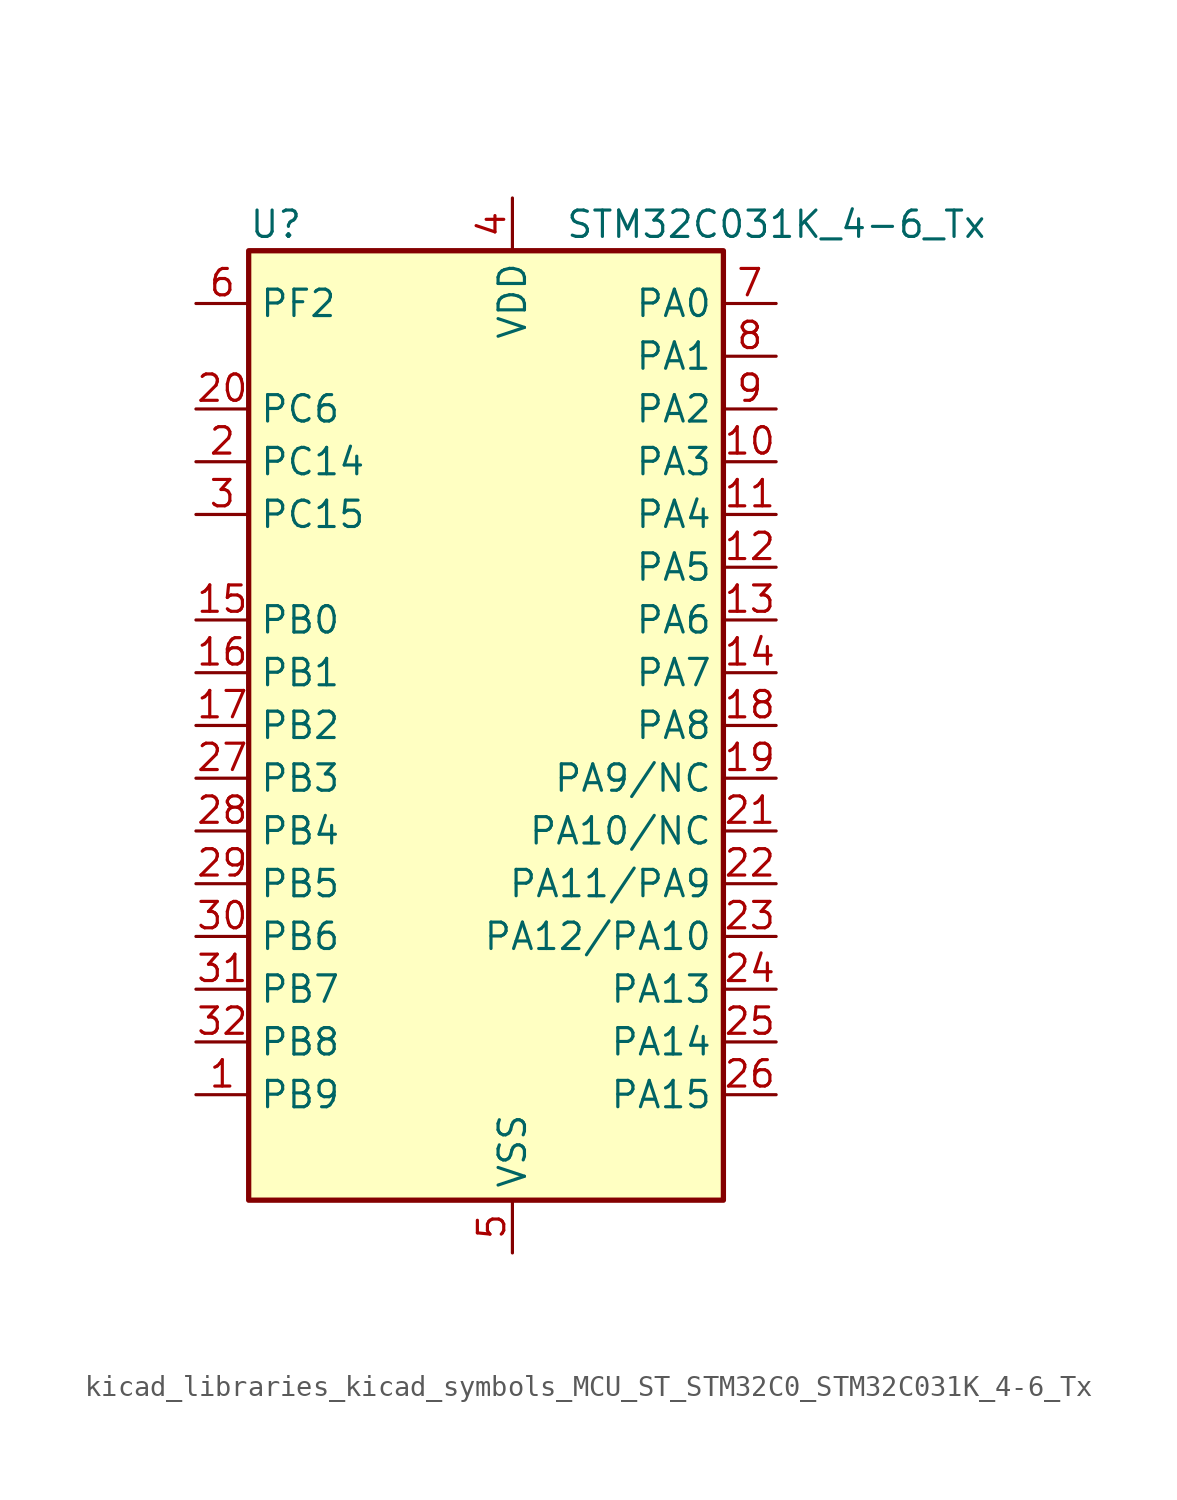
<source format=kicad_sym>
(kicad_symbol_lib
  (version 20220914)
  (generator kicad_symbol_editor)
  (symbol "kicad_libraries_kicad_symbols_MCU_ST_STM32C0_STM32C031K_4-6_Tx"
    (property "Reference" "U"
      (at -10.16 24.13 0)
      (effects (font (size 1.27 1.27)) (justify left)))
    (property "Value" "STM32C031K_4-6_Tx"
      (at 5.08 24.13 0)
      (effects (font (size 1.27 1.27)) (justify left)))
    (property "ki_locked" ""
      (at 0 0 0)
      (effects (font (size 1.27 1.27))))
    (symbol "kicad_libraries_kicad_symbols_MCU_ST_STM32C0_STM32C031K_4-6_Tx_0_1"
      (rectangle (start -10.16 -22.86) (end 12.7 22.86) (stroke (width 0.254) (type default)) (fill (type background))))
    (symbol "kicad_libraries_kicad_symbols_MCU_ST_STM32C0_STM32C031K_4-6_Tx_1_1"
      (pin bidirectional line (at -12.7 -17.78 0) (length 2.54) (name "PB9" (effects (font (size 1.27 1.27)))) (number "1" (effects (font (size 1.27 1.27)))) (alternate "I2C1_SDA" bidirectional line) (alternate "IR_OUT" bidirectional line) (alternate "TIM17_CH1" bidirectional line) (alternate "TIM3_CH2" bidirectional line) (alternate "USART2_CK" bidirectional line) (alternate "USART2_DE" bidirectional line) (alternate "USART2_RTS" bidirectional line))
      (pin bidirectional line (at 15.24 12.7 180) (length 2.54) (name "PA3" (effects (font (size 1.27 1.27)))) (number "10" (effects (font (size 1.27 1.27)))) (alternate "ADC1_IN3" bidirectional line) (alternate "TIM1_CH1N" bidirectional line) (alternate "TIM1_CH4" bidirectional line) (alternate "USART2_RX" bidirectional line))
      (pin bidirectional line (at 15.24 10.16 180) (length 2.54) (name "PA4" (effects (font (size 1.27 1.27)))) (number "11" (effects (font (size 1.27 1.27)))) (alternate "ADC1_IN4" bidirectional line) (alternate "I2S1_WS" bidirectional line) (alternate "PWR_WKUP2" bidirectional line) (alternate "RTC_OUT1" bidirectional line) (alternate "RTC_TS" bidirectional line) (alternate "SPI1_NSS" bidirectional line) (alternate "TIM14_CH1" bidirectional line) (alternate "TIM17_CH1N" bidirectional line) (alternate "TIM1_CH2N" bidirectional line) (alternate "USART2_TX" bidirectional line))
      (pin bidirectional line (at 15.24 7.62 180) (length 2.54) (name "PA5" (effects (font (size 1.27 1.27)))) (number "12" (effects (font (size 1.27 1.27)))) (alternate "ADC1_IN5" bidirectional line) (alternate "I2S1_CK" bidirectional line) (alternate "SPI1_SCK" bidirectional line) (alternate "TIM1_CH1" bidirectional line) (alternate "TIM1_CH3N" bidirectional line) (alternate "USART2_RX" bidirectional line))
      (pin bidirectional line (at 15.24 5.08 180) (length 2.54) (name "PA6" (effects (font (size 1.27 1.27)))) (number "13" (effects (font (size 1.27 1.27)))) (alternate "ADC1_IN6" bidirectional line) (alternate "I2S1_MCK" bidirectional line) (alternate "SPI1_MISO" bidirectional line) (alternate "TIM16_CH1" bidirectional line) (alternate "TIM1_BKIN" bidirectional line) (alternate "TIM3_CH1" bidirectional line))
      (pin bidirectional line (at 15.24 2.54 180) (length 2.54) (name "PA7" (effects (font (size 1.27 1.27)))) (number "14" (effects (font (size 1.27 1.27)))) (alternate "ADC1_IN7" bidirectional line) (alternate "I2S1_SD" bidirectional line) (alternate "SPI1_MOSI" bidirectional line) (alternate "TIM14_CH1" bidirectional line) (alternate "TIM17_CH1" bidirectional line) (alternate "TIM1_CH1N" bidirectional line) (alternate "TIM3_CH2" bidirectional line))
      (pin bidirectional line (at -12.7 5.08 0) (length 2.54) (name "PB0" (effects (font (size 1.27 1.27)))) (number "15" (effects (font (size 1.27 1.27)))) (alternate "ADC1_IN17" bidirectional line) (alternate "I2S1_WS" bidirectional line) (alternate "SPI1_NSS" bidirectional line) (alternate "TIM1_CH2N" bidirectional line) (alternate "TIM3_CH3" bidirectional line))
      (pin bidirectional line (at -12.7 2.54 0) (length 2.54) (name "PB1" (effects (font (size 1.27 1.27)))) (number "16" (effects (font (size 1.27 1.27)))) (alternate "ADC1_IN18" bidirectional line) (alternate "TIM14_CH1" bidirectional line) (alternate "TIM1_CH2N" bidirectional line) (alternate "TIM1_CH3N" bidirectional line) (alternate "TIM3_CH4" bidirectional line))
      (pin bidirectional line (at -12.7 0 0) (length 2.54) (name "PB2" (effects (font (size 1.27 1.27)))) (number "17" (effects (font (size 1.27 1.27)))) (alternate "ADC1_IN19" bidirectional line) (alternate "RCC_MCO_2" bidirectional line) (alternate "USART1_RX" bidirectional line))
      (pin bidirectional line (at 15.24 0 180) (length 2.54) (name "PA8" (effects (font (size 1.27 1.27)))) (number "18" (effects (font (size 1.27 1.27)))) (alternate "ADC1_IN8" bidirectional line) (alternate "I2S1_WS" bidirectional line) (alternate "RCC_MCO" bidirectional line) (alternate "RCC_MCO_2" bidirectional line) (alternate "SPI1_NSS" bidirectional line) (alternate "TIM14_CH1" bidirectional line) (alternate "TIM1_CH1" bidirectional line) (alternate "TIM1_CH2N" bidirectional line) (alternate "TIM1_CH3N" bidirectional line) (alternate "TIM3_CH3" bidirectional line) (alternate "TIM3_CH4" bidirectional line) (alternate "USART1_RX" bidirectional line) (alternate "USART2_TX" bidirectional line))
      (pin bidirectional line (at 15.24 -2.54 180) (length 2.54) (name "PA9/NC" (effects (font (size 1.27 1.27)))) (number "19" (effects (font (size 1.27 1.27)))) (alternate "I2C1_SCL" bidirectional line) (alternate "RCC_MCO" bidirectional line) (alternate "TIM1_CH2" bidirectional line) (alternate "TIM3_ETR" bidirectional line) (alternate "USART1_TX" bidirectional line))
      (pin bidirectional line (at -12.7 12.7 0) (length 2.54) (name "PC14" (effects (font (size 1.27 1.27)))) (number "2" (effects (font (size 1.27 1.27)))) (alternate "I2C1_SDA" bidirectional line) (alternate "IR_OUT" bidirectional line) (alternate "RCC_OSCX_IN" bidirectional line) (alternate "TIM17_CH1" bidirectional line) (alternate "TIM1_BKIN2" bidirectional line) (alternate "TIM1_ETR" bidirectional line) (alternate "TIM3_CH2" bidirectional line) (alternate "USART1_TX" bidirectional line) (alternate "USART2_CK" bidirectional line) (alternate "USART2_DE" bidirectional line) (alternate "USART2_RTS" bidirectional line))
      (pin bidirectional line (at -12.7 15.24 0) (length 2.54) (name "PC6" (effects (font (size 1.27 1.27)))) (number "20" (effects (font (size 1.27 1.27)))) (alternate "TIM3_CH1" bidirectional line))
      (pin bidirectional line (at 15.24 -5.08 180) (length 2.54) (name "PA10/NC" (effects (font (size 1.27 1.27)))) (number "21" (effects (font (size 1.27 1.27)))) (alternate "I2C1_SDA" bidirectional line) (alternate "RCC_MCO_2" bidirectional line) (alternate "TIM17_BKIN" bidirectional line) (alternate "TIM1_CH3" bidirectional line) (alternate "USART1_RX" bidirectional line))
      (pin bidirectional line (at 15.24 -7.62 180) (length 2.54) (name "PA11/PA9" (effects (font (size 1.27 1.27)))) (number "22" (effects (font (size 1.27 1.27)))) (alternate "ADC1_EXTI11" bidirectional line) (alternate "ADC1_IN11" bidirectional line) (alternate "I2S1_MCK" bidirectional line) (alternate "SPI1_MISO" bidirectional line) (alternate "TIM1_BKIN2" bidirectional line) (alternate "TIM1_CH4" bidirectional line) (alternate "USART1_CTS" bidirectional line) (alternate "USART1_NSS" bidirectional line))
      (pin bidirectional line (at 15.24 -10.16 180) (length 2.54) (name "PA12/PA10" (effects (font (size 1.27 1.27)))) (number "23" (effects (font (size 1.27 1.27)))) (alternate "ADC1_IN12" bidirectional line) (alternate "I2S1_SD" bidirectional line) (alternate "I2S_CKIN" bidirectional line) (alternate "SPI1_MOSI" bidirectional line) (alternate "TIM1_ETR" bidirectional line) (alternate "USART1_CK" bidirectional line) (alternate "USART1_DE" bidirectional line) (alternate "USART1_RTS" bidirectional line))
      (pin bidirectional line (at 15.24 -12.7 180) (length 2.54) (name "PA13" (effects (font (size 1.27 1.27)))) (number "24" (effects (font (size 1.27 1.27)))) (alternate "ADC1_IN13" bidirectional line) (alternate "DEBUG_SWDIO" bidirectional line) (alternate "IR_OUT" bidirectional line) (alternate "TIM3_ETR" bidirectional line) (alternate "USART2_RX" bidirectional line))
      (pin bidirectional line (at 15.24 -15.24 180) (length 2.54) (name "PA14" (effects (font (size 1.27 1.27)))) (number "25" (effects (font (size 1.27 1.27)))) (alternate "ADC1_IN14" bidirectional line) (alternate "DEBUG_SWCLK" bidirectional line) (alternate "I2S1_WS" bidirectional line) (alternate "RCC_MCO_2" bidirectional line) (alternate "SPI1_NSS" bidirectional line) (alternate "TIM1_CH1" bidirectional line) (alternate "USART1_CK" bidirectional line) (alternate "USART1_DE" bidirectional line) (alternate "USART1_RTS" bidirectional line) (alternate "USART2_RX" bidirectional line) (alternate "USART2_TX" bidirectional line))
      (pin bidirectional line (at 15.24 -17.78 180) (length 2.54) (name "PA15" (effects (font (size 1.27 1.27)))) (number "26" (effects (font (size 1.27 1.27)))) (alternate "I2S1_WS" bidirectional line) (alternate "RCC_MCO_2" bidirectional line) (alternate "SPI1_NSS" bidirectional line) (alternate "TIM1_CH1" bidirectional line) (alternate "USART1_CK" bidirectional line) (alternate "USART1_DE" bidirectional line) (alternate "USART1_RTS" bidirectional line) (alternate "USART2_RX" bidirectional line))
      (pin bidirectional line (at -12.7 -2.54 0) (length 2.54) (name "PB3" (effects (font (size 1.27 1.27)))) (number "27" (effects (font (size 1.27 1.27)))) (alternate "I2S1_CK" bidirectional line) (alternate "SPI1_SCK" bidirectional line) (alternate "TIM1_CH2" bidirectional line) (alternate "TIM3_CH2" bidirectional line) (alternate "USART1_CK" bidirectional line) (alternate "USART1_DE" bidirectional line) (alternate "USART1_RTS" bidirectional line))
      (pin bidirectional line (at -12.7 -5.08 0) (length 2.54) (name "PB4" (effects (font (size 1.27 1.27)))) (number "28" (effects (font (size 1.27 1.27)))) (alternate "I2S1_MCK" bidirectional line) (alternate "SPI1_MISO" bidirectional line) (alternate "TIM17_BKIN" bidirectional line) (alternate "TIM3_CH1" bidirectional line) (alternate "USART1_CTS" bidirectional line) (alternate "USART1_NSS" bidirectional line))
      (pin bidirectional line (at -12.7 -7.62 0) (length 2.54) (name "PB5" (effects (font (size 1.27 1.27)))) (number "29" (effects (font (size 1.27 1.27)))) (alternate "I2C1_SMBA" bidirectional line) (alternate "I2S1_SD" bidirectional line) (alternate "PWR_WKUP6" bidirectional line) (alternate "SPI1_MOSI" bidirectional line) (alternate "TIM16_BKIN" bidirectional line) (alternate "TIM3_CH2" bidirectional line) (alternate "TIM3_CH3" bidirectional line))
      (pin bidirectional line (at -12.7 10.16 0) (length 2.54) (name "PC15" (effects (font (size 1.27 1.27)))) (number "3" (effects (font (size 1.27 1.27)))) (alternate "RCC_OSC32_EN" bidirectional line) (alternate "RCC_OSCX_OUT" bidirectional line) (alternate "RCC_OSC_EN" bidirectional line) (alternate "TIM1_ETR" bidirectional line) (alternate "TIM3_CH3" bidirectional line))
      (pin bidirectional line (at -12.7 -10.16 0) (length 2.54) (name "PB6" (effects (font (size 1.27 1.27)))) (number "30" (effects (font (size 1.27 1.27)))) (alternate "I2C1_SCL" bidirectional line) (alternate "I2C1_SMBA" bidirectional line) (alternate "I2S1_CK" bidirectional line) (alternate "I2S1_MCK" bidirectional line) (alternate "I2S1_SD" bidirectional line) (alternate "PWR_WKUP3" bidirectional line) (alternate "SPI1_MISO" bidirectional line) (alternate "SPI1_MOSI" bidirectional line) (alternate "SPI1_SCK" bidirectional line) (alternate "TIM16_BKIN" bidirectional line) (alternate "TIM16_CH1N" bidirectional line) (alternate "TIM17_BKIN" bidirectional line) (alternate "TIM1_CH2" bidirectional line) (alternate "TIM1_CH3" bidirectional line) (alternate "TIM3_CH1" bidirectional line) (alternate "TIM3_CH2" bidirectional line) (alternate "TIM3_CH3" bidirectional line) (alternate "USART1_CK" bidirectional line) (alternate "USART1_CTS" bidirectional line) (alternate "USART1_DE" bidirectional line) (alternate "USART1_NSS" bidirectional line) (alternate "USART1_RTS" bidirectional line) (alternate "USART1_TX" bidirectional line))
      (pin bidirectional line (at -12.7 -12.7 0) (length 2.54) (name "PB7" (effects (font (size 1.27 1.27)))) (number "31" (effects (font (size 1.27 1.27)))) (alternate "I2C1_SCL" bidirectional line) (alternate "I2C1_SDA" bidirectional line) (alternate "RTC_REFIN" bidirectional line) (alternate "TIM16_CH1" bidirectional line) (alternate "TIM17_CH1N" bidirectional line) (alternate "TIM1_CH4" bidirectional line) (alternate "TIM3_CH1" bidirectional line) (alternate "TIM3_CH4" bidirectional line) (alternate "USART1_RX" bidirectional line) (alternate "USART2_CTS" bidirectional line) (alternate "USART2_NSS" bidirectional line))
      (pin bidirectional line (at -12.7 -15.24 0) (length 2.54) (name "PB8" (effects (font (size 1.27 1.27)))) (number "32" (effects (font (size 1.27 1.27)))) (alternate "I2C1_SCL" bidirectional line) (alternate "TIM16_CH1" bidirectional line) (alternate "TIM3_CH1" bidirectional line) (alternate "USART2_CTS" bidirectional line) (alternate "USART2_NSS" bidirectional line))
      (pin power_in line (at 2.54 25.4 270) (length 2.54) (name "VDD" (effects (font (size 1.27 1.27)))) (number "4" (effects (font (size 1.27 1.27)))))
      (pin power_in line (at 2.54 -25.4 90) (length 2.54) (name "VSS" (effects (font (size 1.27 1.27)))) (number "5" (effects (font (size 1.27 1.27)))))
      (pin bidirectional line (at -12.7 20.32 0) (length 2.54) (name "PF2" (effects (font (size 1.27 1.27)))) (number "6" (effects (font (size 1.27 1.27)))) (alternate "RCC_MCO" bidirectional line) (alternate "TIM1_CH4" bidirectional line))
      (pin bidirectional line (at 15.24 20.32 180) (length 2.54) (name "PA0" (effects (font (size 1.27 1.27)))) (number "7" (effects (font (size 1.27 1.27)))) (alternate "ADC1_IN0" bidirectional line) (alternate "PWR_WKUP1" bidirectional line) (alternate "TIM16_CH1" bidirectional line) (alternate "TIM1_CH1" bidirectional line) (alternate "USART1_TX" bidirectional line) (alternate "USART2_CTS" bidirectional line) (alternate "USART2_NSS" bidirectional line))
      (pin bidirectional line (at 15.24 17.78 180) (length 2.54) (name "PA1" (effects (font (size 1.27 1.27)))) (number "8" (effects (font (size 1.27 1.27)))) (alternate "ADC1_IN1" bidirectional line) (alternate "I2C1_SMBA" bidirectional line) (alternate "I2S1_CK" bidirectional line) (alternate "SPI1_SCK" bidirectional line) (alternate "TIM17_CH1" bidirectional line) (alternate "TIM1_CH2" bidirectional line) (alternate "USART1_RX" bidirectional line) (alternate "USART2_CK" bidirectional line) (alternate "USART2_DE" bidirectional line) (alternate "USART2_RTS" bidirectional line))
      (pin bidirectional line (at 15.24 15.24 180) (length 2.54) (name "PA2" (effects (font (size 1.27 1.27)))) (number "9" (effects (font (size 1.27 1.27)))) (alternate "ADC1_IN2" bidirectional line) (alternate "I2S1_SD" bidirectional line) (alternate "PWR_WKUP4" bidirectional line) (alternate "RCC_LSCO" bidirectional line) (alternate "SPI1_MOSI" bidirectional line) (alternate "TIM16_CH1N" bidirectional line) (alternate "TIM1_CH3" bidirectional line) (alternate "TIM3_ETR" bidirectional line) (alternate "USART2_TX" bidirectional line)))))
</source>
